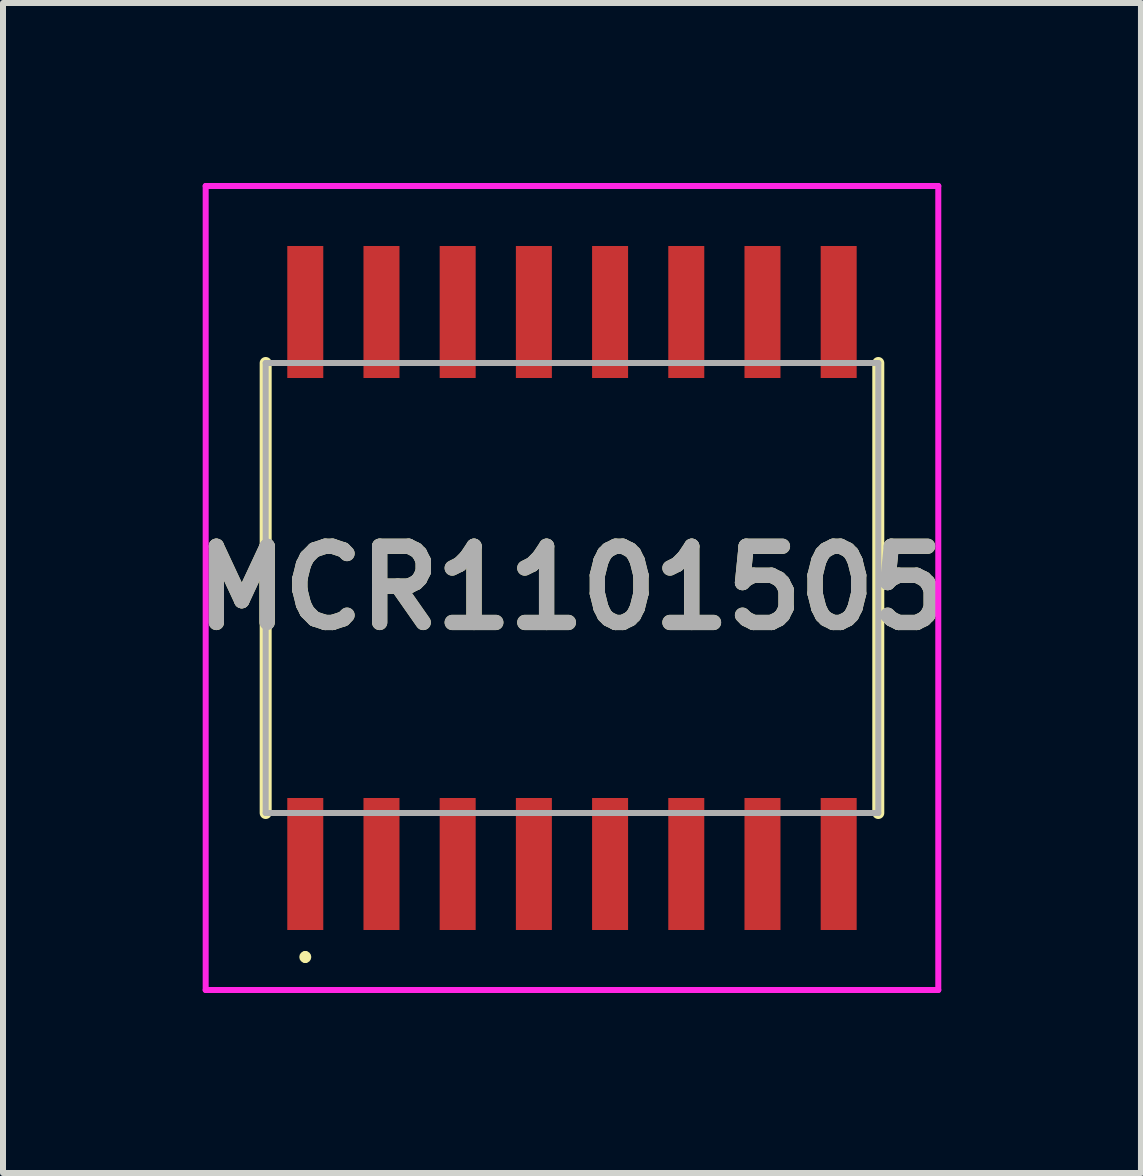
<source format=kicad_pcb>
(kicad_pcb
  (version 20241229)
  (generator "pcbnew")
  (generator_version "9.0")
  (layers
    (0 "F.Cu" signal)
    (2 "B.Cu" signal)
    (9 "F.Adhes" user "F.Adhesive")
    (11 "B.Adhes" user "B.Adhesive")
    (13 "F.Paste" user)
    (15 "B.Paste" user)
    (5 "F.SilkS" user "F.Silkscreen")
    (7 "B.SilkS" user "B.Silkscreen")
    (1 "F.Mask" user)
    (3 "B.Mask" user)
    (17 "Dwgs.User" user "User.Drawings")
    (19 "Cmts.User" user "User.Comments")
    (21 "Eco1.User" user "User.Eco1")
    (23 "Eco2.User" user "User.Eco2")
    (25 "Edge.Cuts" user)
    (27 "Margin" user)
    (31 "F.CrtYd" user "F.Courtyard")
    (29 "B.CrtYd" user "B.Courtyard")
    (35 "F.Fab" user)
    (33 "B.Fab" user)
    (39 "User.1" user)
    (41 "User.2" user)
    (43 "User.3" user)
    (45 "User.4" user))
  (footprint "MCR1101505"
    (layer "F.Cu")
    (at 6.483 6.75)
    (property "Reference" "MCR1101505" (at 0 0 0) (layer "F.SilkS") (effects (font (size 1.27 1.27) (thickness 0.254))))
    (attr smd)
    (fp_line (start -5.105 -3.75) (end -5.105 3.75) (stroke (width 0.2) (type solid)) (layer "F.SilkS"))
    (fp_line (start -4.445 6.1) (end -4.445 6.1) (stroke (width 0.1) (type solid)) (layer "F.SilkS"))
    (fp_line (start -4.445 6.2) (end -4.445 6.2) (stroke (width 0.1) (type solid)) (layer "F.SilkS"))
    (fp_line (start 5.105 -3.75) (end 5.105 3.75) (stroke (width 0.2) (type solid)) (layer "F.SilkS"))
    (fp_arc (start -4.445 6.1) (mid -4.395 6.15) (end -4.445 6.2) (stroke (width 0.1) (type solid)) (layer "F.SilkS"))
    (fp_arc (start -4.445 6.2) (mid -4.495 6.15) (end -4.445 6.1) (stroke (width 0.1) (type solid)) (layer "F.SilkS"))
    (fp_line (start -6.105 -6.7) (end 6.105 -6.7) (stroke (width 0.1) (type solid)) (layer "F.CrtYd"))
    (fp_line (start -6.105 6.7) (end -6.105 -6.7) (stroke (width 0.1) (type solid)) (layer "F.CrtYd"))
    (fp_line (start 6.105 -6.7) (end 6.105 6.7) (stroke (width 0.1) (type solid)) (layer "F.CrtYd"))
    (fp_line (start 6.105 6.7) (end -6.105 6.7) (stroke (width 0.1) (type solid)) (layer "F.CrtYd"))
    (fp_line (start -5.105 -3.75) (end 5.105 -3.75) (stroke (width 0.1) (type solid)) (layer "F.Fab"))
    (fp_line (start -5.105 3.75) (end -5.105 -3.75) (stroke (width 0.1) (type solid)) (layer "F.Fab"))
    (fp_line (start 5.105 -3.75) (end 5.105 3.75) (stroke (width 0.1) (type solid)) (layer "F.Fab"))
    (fp_line (start 5.105 3.75) (end -5.105 3.75) (stroke (width 0.1) (type solid)) (layer "F.Fab"))
    (fp_text user "${REFERENCE}" (at 0 0 0) (layer "F.Fab") (effects (font (size 1.27 1.27) (thickness 0.254))))
    (pad "1" smd rect (at -4.445 4.6) (size 0.6 2.2) (layers "F.Cu" "F.Mask" "F.Paste"))
    (pad "2" smd rect (at -3.175 4.6) (size 0.6 2.2) (layers "F.Cu" "F.Mask" "F.Paste"))
    (pad "3" smd rect (at -1.905 4.6) (size 0.6 2.2) (layers "F.Cu" "F.Mask" "F.Paste"))
    (pad "4" smd rect (at -0.635 4.6) (size 0.6 2.2) (layers "F.Cu" "F.Mask" "F.Paste"))
    (pad "5" smd rect (at 0.635 4.6) (size 0.6 2.2) (layers "F.Cu" "F.Mask" "F.Paste"))
    (pad "6" smd rect (at 1.905 4.6) (size 0.6 2.2) (layers "F.Cu" "F.Mask" "F.Paste"))
    (pad "7" smd rect (at 3.175 4.6) (size 0.6 2.2) (layers "F.Cu" "F.Mask" "F.Paste"))
    (pad "8" smd rect (at 4.445 4.6) (size 0.6 2.2) (layers "F.Cu" "F.Mask" "F.Paste"))
    (pad "9" smd rect (at 4.445 -4.6) (size 0.6 2.2) (layers "F.Cu" "F.Mask" "F.Paste"))
    (pad "10" smd rect (at 3.175 -4.6) (size 0.6 2.2) (layers "F.Cu" "F.Mask" "F.Paste"))
    (pad "11" smd rect (at 1.905 -4.6) (size 0.6 2.2) (layers "F.Cu" "F.Mask" "F.Paste"))
    (pad "12" smd rect (at 0.635 -4.6) (size 0.6 2.2) (layers "F.Cu" "F.Mask" "F.Paste"))
    (pad "13" smd rect (at -0.635 -4.6) (size 0.6 2.2) (layers "F.Cu" "F.Mask" "F.Paste"))
    (pad "14" smd rect (at -1.905 -4.6) (size 0.6 2.2) (layers "F.Cu" "F.Mask" "F.Paste"))
    (pad "15" smd rect (at -3.175 -4.6) (size 0.6 2.2) (layers "F.Cu" "F.Mask" "F.Paste"))
    (pad "16" smd rect (at -4.445 -4.6) (size 0.6 2.2) (layers "F.Cu" "F.Mask" "F.Paste")))
  (gr_rect
    (start -3 -3)
    (end 15.966 16.5)
    (stroke (width 0.1) (type default))
    (fill no)
    (layer "Edge.Cuts")))
</source>
